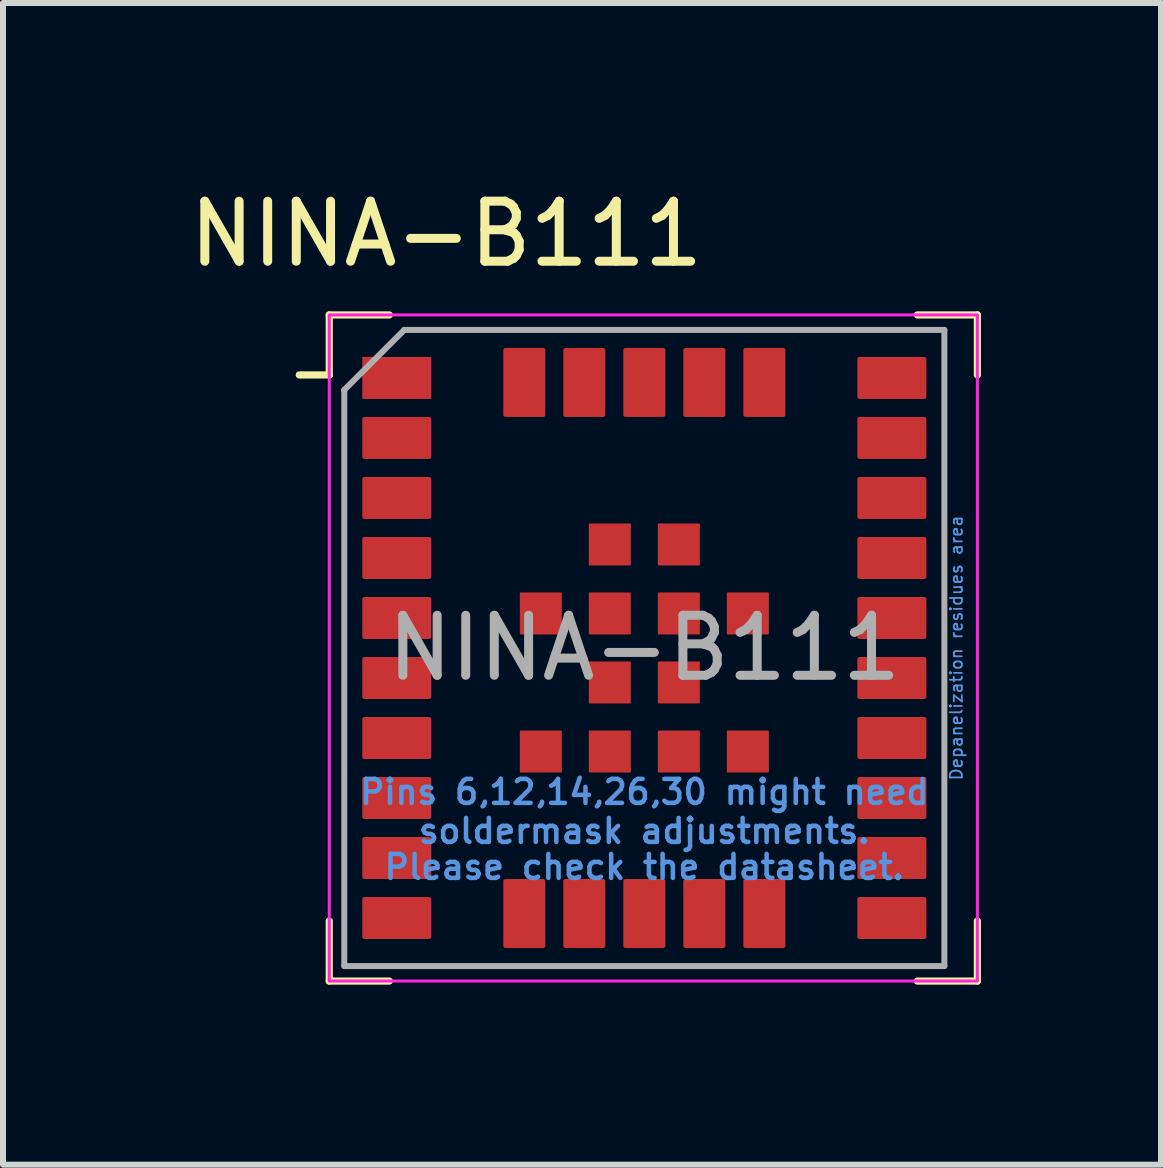
<source format=kicad_pcb>
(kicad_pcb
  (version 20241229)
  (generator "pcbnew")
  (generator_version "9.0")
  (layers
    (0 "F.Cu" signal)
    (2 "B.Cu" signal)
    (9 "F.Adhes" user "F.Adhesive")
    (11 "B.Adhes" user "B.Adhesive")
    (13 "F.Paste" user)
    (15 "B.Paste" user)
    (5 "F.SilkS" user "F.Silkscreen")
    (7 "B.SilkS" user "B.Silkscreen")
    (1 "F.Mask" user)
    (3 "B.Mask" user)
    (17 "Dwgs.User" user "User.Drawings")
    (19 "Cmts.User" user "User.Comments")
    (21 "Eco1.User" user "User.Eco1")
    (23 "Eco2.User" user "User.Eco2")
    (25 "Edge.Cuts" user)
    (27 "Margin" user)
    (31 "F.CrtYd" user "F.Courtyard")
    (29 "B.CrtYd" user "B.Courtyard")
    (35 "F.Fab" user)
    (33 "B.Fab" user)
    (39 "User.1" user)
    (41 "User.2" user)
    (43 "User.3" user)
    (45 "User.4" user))
  (footprint "NINA-B111"
    (layer "F.Cu")
    (at 7.687 7.748)
    (property "Reference" "NINA-B111" (at -3.3 -6.9 180) (layer "F.SilkS") (effects (font (size 1 1) (thickness 0.15))))
    (attr smd)
    (fp_line (start -5.25 -5.55) (end -4.25 -5.55) (stroke (width 0.12) (type solid)) (layer "F.SilkS"))
    (fp_line (start -5.25 -4.55) (end -5.75 -4.55) (stroke (width 0.12) (type solid)) (layer "F.SilkS"))
    (fp_line (start -5.25 -4.55) (end -5.25 -5.55) (stroke (width 0.12) (type solid)) (layer "F.SilkS"))
    (fp_line (start -5.25 5.55) (end -5.25 4.55) (stroke (width 0.12) (type solid)) (layer "F.SilkS"))
    (fp_line (start -4.25 5.55) (end -5.25 5.55) (stroke (width 0.12) (type solid)) (layer "F.SilkS"))
    (fp_line (start 4.55 -5.55) (end 5.55 -5.55) (stroke (width 0.12) (type solid)) (layer "F.SilkS"))
    (fp_line (start 5.55 -5.55) (end 5.55 -4.55) (stroke (width 0.12) (type solid)) (layer "F.SilkS"))
    (fp_line (start 5.55 4.55) (end 5.55 5.55) (stroke (width 0.12) (type solid)) (layer "F.SilkS"))
    (fp_line (start 5.55 5.55) (end 4.55 5.55) (stroke (width 0.12) (type solid)) (layer "F.SilkS"))
    (fp_rect (start -5.25 -5.55) (end 5.55 5.55) (stroke (width 0.05) (type solid)) (fill no) (layer "F.CrtYd"))
    (fp_line (start -5 -4.3) (end -5 5.3) (stroke (width 0.1) (type solid)) (layer "F.Fab"))
    (fp_line (start -5 -4.3) (end -4 -5.3) (stroke (width 0.1) (type solid)) (layer "F.Fab"))
    (fp_line (start -5 5.3) (end 5 5.3) (stroke (width 0.1) (type solid)) (layer "F.Fab"))
    (fp_line (start 5 -5.3) (end -4 -5.3) (stroke (width 0.1) (type solid)) (layer "F.Fab"))
    (fp_line (start 5 5.3) (end 5 -5.3) (stroke (width 0.1) (type solid)) (layer "F.Fab"))
    (fp_text user "soldermask adjustments." (at 0 3.05 0) (unlocked yes) (layer "Cmts.User") (effects (font (size 0.4 0.4) (thickness 0.075))))
    (fp_text user "Pins 6,12,14,26,30 might need" (at 0 2.4 0) (unlocked yes) (layer "Cmts.User") (effects (font (size 0.4 0.4) (thickness 0.075))))
    (fp_text user "Please check the datasheet." (at 0 3.65 0) (unlocked yes) (layer "Cmts.User") (effects (font (size 0.4 0.4) (thickness 0.075))))
    (fp_text user "Depanelization residues area" (at 5.2 0 90) (unlocked yes) (layer "Cmts.User") (effects (font (size 0.2 0.2) (thickness 0.03))))
    (fp_text user "${REFERENCE}" (at 0 0 0) (unlocked yes) (layer "F.Fab") (effects (font (size 1 1) (thickness 0.15))))
    (pad "1" smd rect (at -4.125 -4.5) (size 1.15 0.7) (layers "F.Cu" "F.Mask" "F.Paste"))
    (pad "2" smd roundrect (at -4.125 -3.5) (size 1.15 0.7) (layers "F.Cu" "F.Mask" "F.Paste") (roundrect_rratio 0.05))
    (pad "3" smd roundrect (at -4.125 -2.5) (size 1.15 0.7) (layers "F.Cu" "F.Mask" "F.Paste") (roundrect_rratio 0.05))
    (pad "4" smd roundrect (at -4.125 -1.5) (size 1.15 0.7) (layers "F.Cu" "F.Mask" "F.Paste") (roundrect_rratio 0.05))
    (pad "5" smd roundrect (at -4.125 -0.5) (size 1.15 0.7) (layers "F.Cu" "F.Mask" "F.Paste") (roundrect_rratio 0.05))
    (pad "6" smd roundrect (at -4.125 0.5) (size 1.15 0.7) (layers "F.Cu" "F.Mask" "F.Paste") (roundrect_rratio 0.05))
    (pad "7" smd roundrect (at -4.125 1.5) (size 1.15 0.7) (layers "F.Cu" "F.Mask" "F.Paste") (roundrect_rratio 0.05))
    (pad "8" smd roundrect (at -4.125 2.5) (size 1.15 0.7) (layers "F.Cu" "F.Mask" "F.Paste") (roundrect_rratio 0.05))
    (pad "9" smd roundrect (at -4.125 3.5) (size 1.15 0.7) (layers "F.Cu" "F.Mask" "F.Paste") (roundrect_rratio 0.05))
    (pad "10" smd roundrect (at -4.125 4.5) (size 1.15 0.7) (layers "F.Cu" "F.Mask" "F.Paste") (roundrect_rratio 0.05))
    (pad "11" smd roundrect (at -2 4.425 90) (size 1.15 0.7) (layers "F.Cu" "F.Mask" "F.Paste") (roundrect_rratio 0.05))
    (pad "12" smd roundrect (at -1 4.425 90) (size 1.15 0.7) (layers "F.Cu" "F.Mask" "F.Paste") (roundrect_rratio 0.05))
    (pad "13" smd roundrect (at 0 4.425 90) (size 1.15 0.7) (layers "F.Cu" "F.Mask" "F.Paste") (roundrect_rratio 0.05))
    (pad "14" smd roundrect (at 1 4.425 90) (size 1.15 0.7) (layers "F.Cu" "F.Mask" "F.Paste") (roundrect_rratio 0.05))
    (pad "15" smd roundrect (at 2 4.425 90) (size 1.15 0.7) (layers "F.Cu" "F.Mask" "F.Paste") (roundrect_rratio 0.05))
    (pad "16" smd roundrect (at 4.125 4.5) (size 1.15 0.7) (layers "F.Cu" "F.Mask" "F.Paste") (roundrect_rratio 0.05))
    (pad "17" smd roundrect (at 4.125 3.5) (size 1.15 0.7) (layers "F.Cu" "F.Mask" "F.Paste") (roundrect_rratio 0.05))
    (pad "18" smd roundrect (at 4.125 2.5) (size 1.15 0.7) (layers "F.Cu" "F.Mask" "F.Paste") (roundrect_rratio 0.05))
    (pad "19" smd roundrect (at 4.125 1.5) (size 1.15 0.7) (layers "F.Cu" "F.Mask" "F.Paste") (roundrect_rratio 0.05))
    (pad "20" smd roundrect (at 4.125 0.5) (size 1.15 0.7) (layers "F.Cu" "F.Mask" "F.Paste") (roundrect_rratio 0.05))
    (pad "21" smd roundrect (at 4.125 -0.5) (size 1.15 0.7) (layers "F.Cu" "F.Mask" "F.Paste") (roundrect_rratio 0.05))
    (pad "22" smd roundrect (at 4.125 -1.5) (size 1.15 0.7) (layers "F.Cu" "F.Mask" "F.Paste") (roundrect_rratio 0.05))
    (pad "23" smd roundrect (at 4.125 -2.5) (size 1.15 0.7) (layers "F.Cu" "F.Mask" "F.Paste") (roundrect_rratio 0.05))
    (pad "24" smd roundrect (at 4.125 -3.5) (size 1.15 0.7) (layers "F.Cu" "F.Mask" "F.Paste") (roundrect_rratio 0.05))
    (pad "25" smd roundrect (at 4.125 -4.5) (size 1.15 0.7) (layers "F.Cu" "F.Mask" "F.Paste") (roundrect_rratio 0.05))
    (pad "26" smd roundrect (at 2 -4.425 90) (size 1.15 0.7) (layers "F.Cu" "F.Mask" "F.Paste") (roundrect_rratio 0.05))
    (pad "27" smd roundrect (at 1 -4.425 90) (size 1.15 0.7) (layers "F.Cu" "F.Mask" "F.Paste") (roundrect_rratio 0.05))
    (pad "28" smd roundrect (at 0 -4.425 90) (size 1.15 0.7) (layers "F.Cu" "F.Mask" "F.Paste") (roundrect_rratio 0.05))
    (pad "29" smd roundrect (at -1 -4.425 90) (size 1.15 0.7) (layers "F.Cu" "F.Mask" "F.Paste") (roundrect_rratio 0.05))
    (pad "30" smd roundrect (at -2 -4.425 90) (size 1.15 0.7) (layers "F.Cu" "F.Mask" "F.Paste") (roundrect_rratio 0.05))
    (pad "31" smd roundrect (at -0.575 -1.725 270) (size 0.7 0.7) (layers "F.Cu" "F.Mask" "F.Paste") (roundrect_rratio 0.02))
    (pad "32" smd roundrect (at 0.575 -1.725 270) (size 0.7 0.7) (layers "F.Cu" "F.Mask" "F.Paste") (roundrect_rratio 0.02))
    (pad "33" smd roundrect (at -1.725 -0.575 270) (size 0.7 0.7) (layers "F.Cu" "F.Mask" "F.Paste") (roundrect_rratio 0.02))
    (pad "34" smd roundrect (at -0.575 -0.575 270) (size 0.7 0.7) (layers "F.Cu" "F.Mask" "F.Paste") (roundrect_rratio 0.02))
    (pad "35" smd roundrect (at 0.575 -0.575 270) (size 0.7 0.7) (layers "F.Cu" "F.Mask" "F.Paste") (roundrect_rratio 0.02))
    (pad "36" smd roundrect (at 1.725 -0.575 270) (size 0.7 0.7) (layers "F.Cu" "F.Mask" "F.Paste") (roundrect_rratio 0.02))
    (pad "37" smd roundrect (at -0.575 0.575 270) (size 0.7 0.7) (layers "F.Cu" "F.Mask" "F.Paste") (roundrect_rratio 0.02))
    (pad "38" smd roundrect (at 0.575 0.575 270) (size 0.7 0.7) (layers "F.Cu" "F.Mask" "F.Paste") (roundrect_rratio 0.02))
    (pad "39" smd roundrect (at -1.725 1.725 270) (size 0.7 0.7) (layers "F.Cu" "F.Mask" "F.Paste") (roundrect_rratio 0.02))
    (pad "40" smd roundrect (at -0.575 1.725 270) (size 0.7 0.7) (layers "F.Cu" "F.Mask" "F.Paste") (roundrect_rratio 0.02))
    (pad "41" smd roundrect (at 0.575 1.725 270) (size 0.7 0.7) (layers "F.Cu" "F.Mask" "F.Paste") (roundrect_rratio 0.02))
    (pad "42" smd roundrect (at 1.725 1.725 270) (size 0.7 0.7) (layers "F.Cu" "F.Mask" "F.Paste") (roundrect_rratio 0.02))
    (zone (net_name "") (layer "F.Cu") (name "Depanelization residues area") (hatch edge 0.508) (connect_pads) (min_thickness 0.254) (filled_areas_thickness no) (keepout (tracks allowed) (vias allowed) (pads allowed) (copperpour allowed) (footprints not_allowed)) (placement (enabled no)) (fill) (polygon (pts (xy 13.037 13.048) (xy 12.687 13.048) (xy 12.687 2.448) (xy 13.037 2.448)))))
  (gr_rect
    (start -3 -3)
    (end 16.297 16.358)
    (stroke (width 0.1) (type default))
    (fill no)
    (layer "Edge.Cuts")))
</source>
